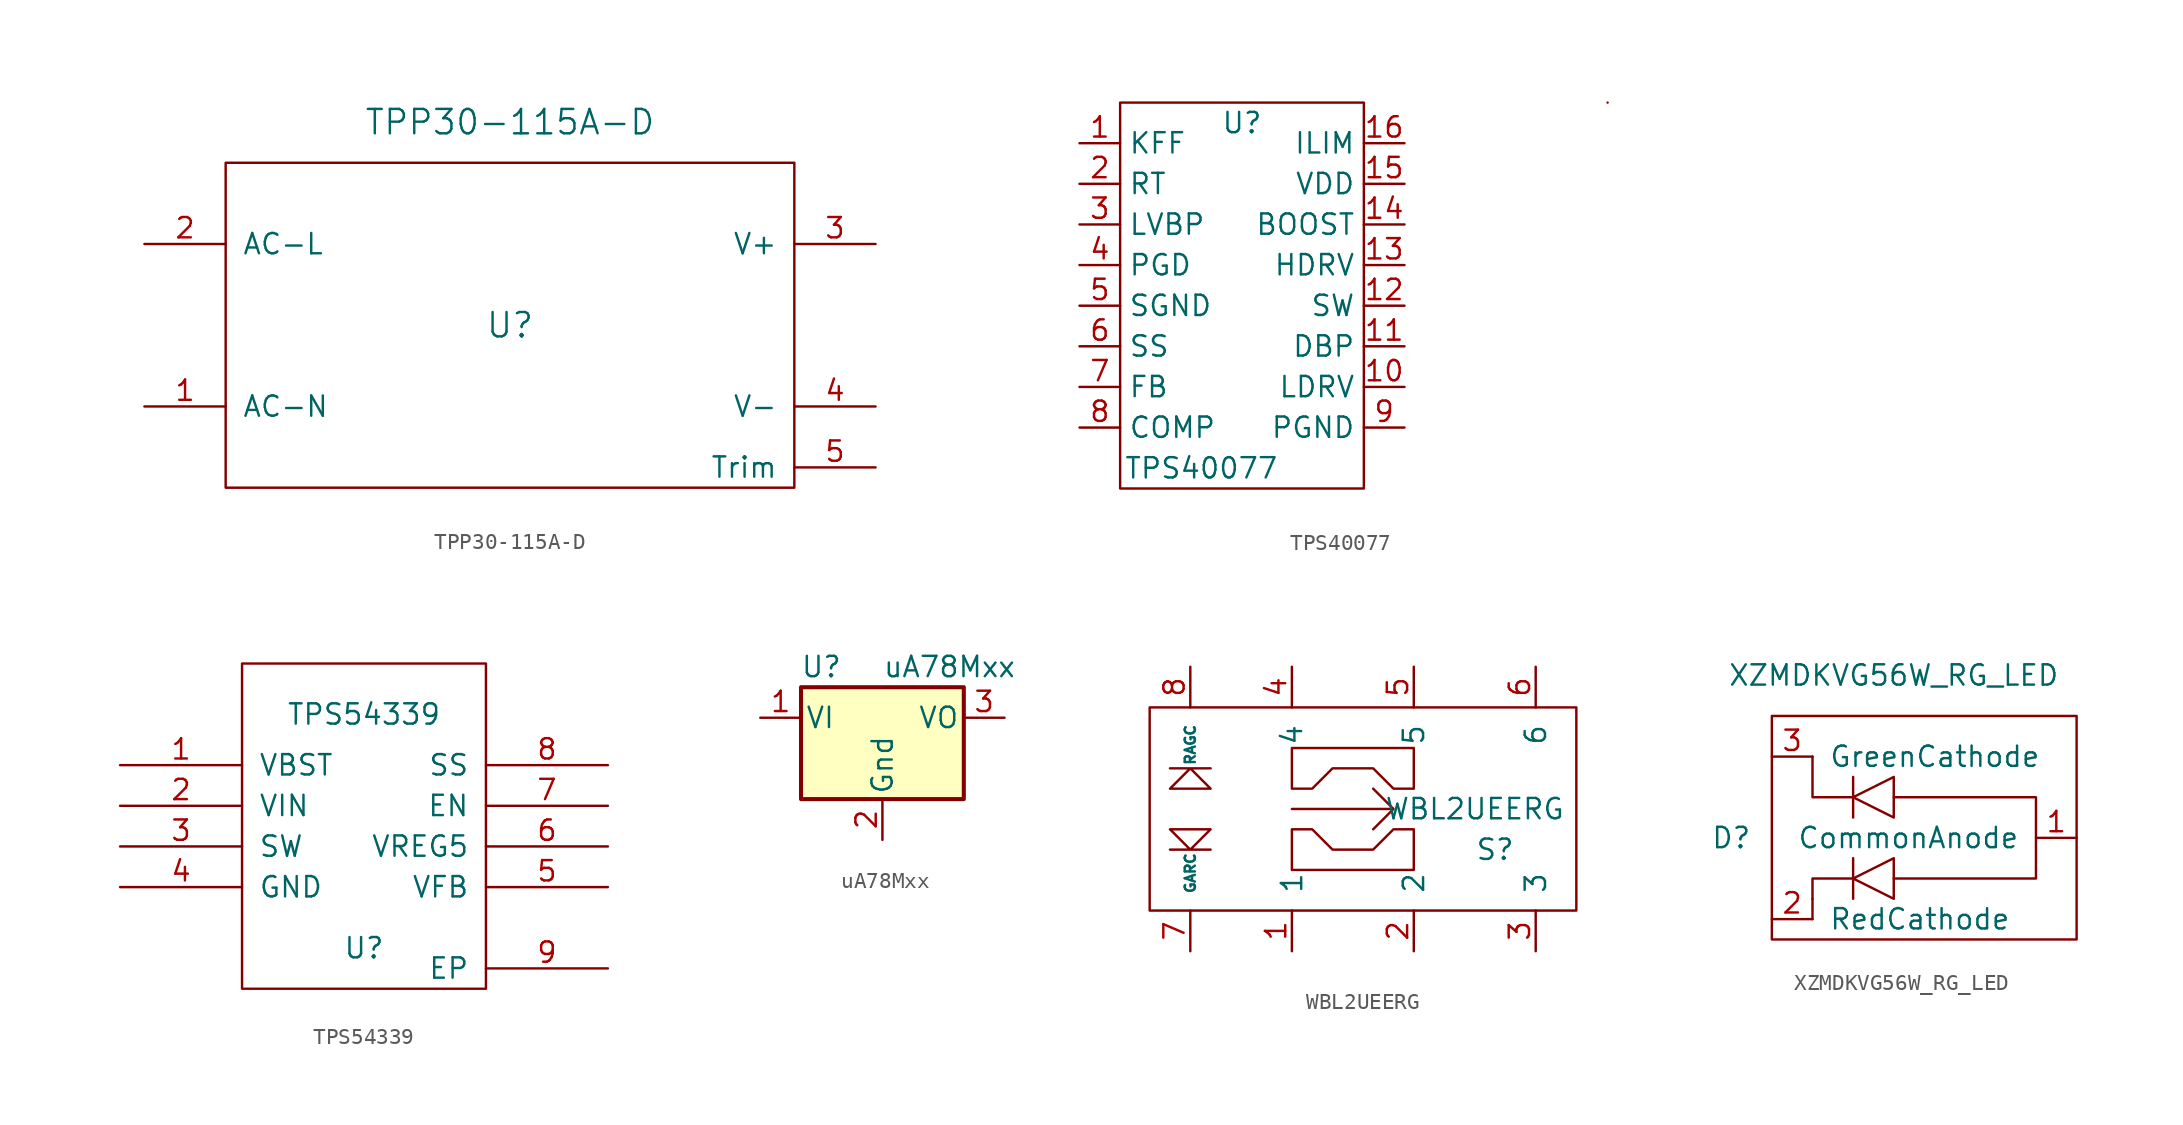
<source format=kicad_sym>
(kicad_symbol_lib
  (version 20211014)
  (generator kicad_symbol_editor)
  (symbol "TPP30-115A-D"
    (pin_names
      (offset 1.016))
    (property "Reference" "U"
      (at 0 0 0)
      (effects (font (size 1.524 1.524))))
    (property "Value" "TPP30-115A-D"
      (at 0 12.7 0)
      (effects (font (size 1.524 1.524))))
    (symbol "TPP30-115A-D_1_1"
      (rectangle (start 17.78 10.16) (end -17.78 -10.16) (stroke (width 0) (type default) (color 0 0 0 0)) (fill (type none)))
      (pin power_in line (at -22.86 -5.08 0) (length 5.08) (name "AC-N" (effects (font (size 1.27 1.27)))) (number "1" (effects (font (size 1.27 1.27)))))
      (pin power_in line (at -22.86 5.08 0) (length 5.08) (name "AC-L" (effects (font (size 1.27 1.27)))) (number "2" (effects (font (size 1.27 1.27)))))
      (pin power_out line (at 22.86 5.08 180) (length 5.08) (name "V+" (effects (font (size 1.27 1.27)))) (number "3" (effects (font (size 1.27 1.27)))))
      (pin power_out line (at 22.86 -5.08 180) (length 5.08) (name "V-" (effects (font (size 1.27 1.27)))) (number "4" (effects (font (size 1.27 1.27)))))
      (pin bidirectional line (at 22.86 -8.89 180) (length 5.08) (name "Trim" (effects (font (size 1.27 1.27)))) (number "5" (effects (font (size 1.27 1.27)))))))
  (symbol "TPS40077"
    (property "Reference" "U"
      (at 0 10.16 0)
      (effects (font (size 1.27 1.27))))
    (property "Value" "TPS40077"
      (at -2.54 -11.43 0)
      (effects (font (size 1.27 1.27))))
    (symbol "TPS40077_0_1"
      (rectangle (start -7.62 11.43) (end 7.62 -12.7) (stroke (width 0) (type default) (color 0 0 0 0)) (fill (type none)))
      (rectangle (start 22.86 11.43) (end 22.86 11.43) (stroke (width 0) (type default) (color 0 0 0 0)) (fill (type none))))
    (symbol "TPS40077_1_1"
      (pin input line (at -10.16 8.89 0) (length 2.54) (name "KFF" (effects (font (size 1.27 1.27)))) (number "1" (effects (font (size 1.27 1.27)))))
      (pin output line (at 10.16 -6.35 180) (length 2.54) (name "LDRV" (effects (font (size 1.27 1.27)))) (number "10" (effects (font (size 1.27 1.27)))))
      (pin output line (at 10.16 -3.81 180) (length 2.54) (name "DBP" (effects (font (size 1.27 1.27)))) (number "11" (effects (font (size 1.27 1.27)))))
      (pin input line (at 10.16 -1.27 180) (length 2.54) (name "SW" (effects (font (size 1.27 1.27)))) (number "12" (effects (font (size 1.27 1.27)))))
      (pin output line (at 10.16 1.27 180) (length 2.54) (name "HDRV" (effects (font (size 1.27 1.27)))) (number "13" (effects (font (size 1.27 1.27)))))
      (pin input line (at 10.16 3.81 180) (length 2.54) (name "BOOST" (effects (font (size 1.27 1.27)))) (number "14" (effects (font (size 1.27 1.27)))))
      (pin input line (at 10.16 6.35 180) (length 2.54) (name "VDD" (effects (font (size 1.27 1.27)))) (number "15" (effects (font (size 1.27 1.27)))))
      (pin input line (at 10.16 8.89 180) (length 2.54) (name "ILIM" (effects (font (size 1.27 1.27)))) (number "16" (effects (font (size 1.27 1.27)))))
      (pin passive line (at 10.16 -8.89 180) (length 2.54) hide (name "EP" (effects (font (size 1.27 1.27)))) (number "17" (effects (font (size 1.27 1.27)))))
      (pin input line (at -10.16 6.35 0) (length 2.54) (name "RT" (effects (font (size 1.27 1.27)))) (number "2" (effects (font (size 1.27 1.27)))))
      (pin output line (at -10.16 3.81 0) (length 2.54) (name "LVBP" (effects (font (size 1.27 1.27)))) (number "3" (effects (font (size 1.27 1.27)))))
      (pin output line (at -10.16 1.27 0) (length 2.54) (name "PGD" (effects (font (size 1.27 1.27)))) (number "4" (effects (font (size 1.27 1.27)))))
      (pin input line (at -10.16 -1.27 0) (length 2.54) (name "SGND" (effects (font (size 1.27 1.27)))) (number "5" (effects (font (size 1.27 1.27)))))
      (pin input line (at -10.16 -3.81 0) (length 2.54) (name "SS" (effects (font (size 1.27 1.27)))) (number "6" (effects (font (size 1.27 1.27)))))
      (pin input line (at -10.16 -6.35 0) (length 2.54) (name "FB" (effects (font (size 1.27 1.27)))) (number "7" (effects (font (size 1.27 1.27)))))
      (pin output line (at -10.16 -8.89 0) (length 2.54) (name "COMP" (effects (font (size 1.27 1.27)))) (number "8" (effects (font (size 1.27 1.27)))))
      (pin power_in line (at 10.16 -8.89 180) (length 2.54) (name "PGND" (effects (font (size 1.27 1.27)))) (number "9" (effects (font (size 1.27 1.27)))))))
  (symbol "TPS54339"
    (pin_names
      (offset 1.016))
    (property "Reference" "U"
      (at 0 -7.62 0)
      (effects (font (size 1.27 1.27))))
    (property "Value" "TPS54339"
      (at 0 6.985 0)
      (effects (font (size 1.27 1.27))))
    (symbol "TPS54339_1_0"
      (rectangle (start -7.62 -10.16) (end 7.62 10.16) (stroke (width 0) (type default) (color 0 0 0 0)) (fill (type none))))
    (symbol "TPS54339_1_1"
      (pin bidirectional line (at -15.24 3.81 0) (length 7.62) (name "VBST" (effects (font (size 1.27 1.27)))) (number "1" (effects (font (size 1.27 1.27)))))
      (pin power_in line (at -15.24 1.27 0) (length 7.62) (name "VIN" (effects (font (size 1.27 1.27)))) (number "2" (effects (font (size 1.27 1.27)))))
      (pin power_out line (at -15.24 -1.27 0) (length 7.62) (name "SW" (effects (font (size 1.27 1.27)))) (number "3" (effects (font (size 1.27 1.27)))))
      (pin power_in line (at -15.24 -3.81 0) (length 7.62) (name "GND" (effects (font (size 1.27 1.27)))) (number "4" (effects (font (size 1.27 1.27)))))
      (pin input line (at 15.24 -3.81 180) (length 7.62) (name "VFB" (effects (font (size 1.27 1.27)))) (number "5" (effects (font (size 1.27 1.27)))))
      (pin unspecified line (at 15.24 -1.27 180) (length 7.62) (name "VREG5" (effects (font (size 1.27 1.27)))) (number "6" (effects (font (size 1.27 1.27)))))
      (pin input line (at 15.24 1.27 180) (length 7.62) (name "EN" (effects (font (size 1.27 1.27)))) (number "7" (effects (font (size 1.27 1.27)))))
      (pin bidirectional line (at 15.24 3.81 180) (length 7.62) (name "SS" (effects (font (size 1.27 1.27)))) (number "8" (effects (font (size 1.27 1.27)))))
      (pin input line (at 15.24 -8.89 180) (length 7.62) (name "EP" (effects (font (size 1.27 1.27)))) (number "9" (effects (font (size 1.27 1.27)))))))
  (symbol "uA78Mxx"
    (pin_names
      (offset 0.254))
    (property "Reference" "U"
      (at -3.81 3.175 0)
      (effects (font (size 1.27 1.27))))
    (property "Value" "uA78Mxx"
      (at 0 3.175 0)
      (effects (font (size 1.27 1.27)) (justify left)))
    (symbol "uA78Mxx_0_1"
      (rectangle (start -5.08 1.905) (end 5.08 -5.08) (stroke (width 0.254) (type default) (color 0 0 0 0)) (fill (type background))))
    (symbol "uA78Mxx_1_1"
      (pin power_in line (at -7.62 0 0) (length 2.54) (name "VI" (effects (font (size 1.27 1.27)))) (number "1" (effects (font (size 1.27 1.27)))))
      (pin input line (at 0 -7.62 90) (length 2.54) (name "Gnd" (effects (font (size 1.27 1.27)))) (number "2" (effects (font (size 1.27 1.27)))))
      (pin power_out line (at 7.62 0 180) (length 2.54) (name "VO" (effects (font (size 1.27 1.27)))) (number "3" (effects (font (size 1.27 1.27)))))))
  (symbol "WBL2UEERG"
    (pin_names
      (offset 1.016))
    (property "Reference" "S"
      (at 5.08 -2.54 0)
      (effects (font (size 1.27 1.27))))
    (property "Value" "WBL2UEERG"
      (at 3.81 0 0)
      (effects (font (size 1.27 1.27))))
    (symbol "WBL2UEERG_0_1"
      (rectangle (start -16.51 6.35) (end 10.16 -6.35) (stroke (width 0) (type default) (color 0 0 0 0)) (fill (type none)))
      (polyline (pts (xy -7.62 0) (xy -1.27 0) (xy -2.54 1.27) (xy -1.27 0) (xy -2.54 -1.27)) (stroke (width 0) (type default) (color 0 0 0 0)) (fill (type none)))
      (polyline (pts (xy -13.97 2.54) (xy -12.7 1.27) (xy -15.24 1.27) (xy -13.97 2.54) (xy -12.7 2.54) (xy -15.24 2.54)) (stroke (width 0) (type default) (color 0 0 0 0)) (fill (type none)))
      (polyline (pts (xy -15.24 -1.27) (xy -12.7 -1.27) (xy -13.97 -2.54) (xy -15.24 -1.27) (xy -13.97 -2.54) (xy -15.24 -2.54) (xy -12.7 -2.54)) (stroke (width 0) (type default) (color 0 0 0 0)) (fill (type none)))
      (polyline (pts (xy -7.62 -1.27) (xy -6.35 -1.27) (xy -5.08 -2.54) (xy -2.54 -2.54) (xy -1.27 -1.27) (xy 0 -1.27) (xy 0 -3.81) (xy -7.62 -3.81) (xy -7.62 -1.27)) (stroke (width 0) (type default) (color 0 0 0 0)) (fill (type none)))
      (polyline (pts (xy -7.62 3.81) (xy 0 3.81) (xy 0 1.27) (xy -1.27 1.27) (xy -2.54 2.54) (xy -5.08 2.54) (xy -6.35 1.27) (xy -7.62 1.27) (xy -7.62 3.81)) (stroke (width 0) (type default) (color 0 0 0 0)) (fill (type none))))
    (symbol "WBL2UEERG_1_1"
      (pin input line (at -7.62 -8.89 90) (length 2.54) (name "1" (effects (font (size 1.27 1.27)))) (number "1" (effects (font (size 1.27 1.27)))))
      (pin input line (at 0 -8.89 90) (length 2.54) (name "2" (effects (font (size 1.27 1.27)))) (number "2" (effects (font (size 1.27 1.27)))))
      (pin input line (at 7.62 -8.89 90) (length 2.54) (name "3" (effects (font (size 1.27 1.27)))) (number "3" (effects (font (size 1.27 1.27)))))
      (pin input line (at -7.62 8.89 270) (length 2.54) (name "4" (effects (font (size 1.27 1.27)))) (number "4" (effects (font (size 1.27 1.27)))))
      (pin input line (at 0 8.89 270) (length 2.54) (name "5" (effects (font (size 1.27 1.27)))) (number "5" (effects (font (size 1.27 1.27)))))
      (pin input line (at 7.62 8.89 270) (length 2.54) (name "6" (effects (font (size 1.27 1.27)))) (number "6" (effects (font (size 1.27 1.27)))))
      (pin input line (at -13.97 -8.89 90) (length 2.54) (name "GARC" (effects (font (size 0.635 0.635)))) (number "7" (effects (font (size 1.27 1.27)))))
      (pin input line (at -13.97 8.89 270) (length 2.54) (name "RAGC" (effects (font (size 0.635 0.635)))) (number "8" (effects (font (size 1.27 1.27)))))))
  (symbol "XZMDKVG56W_RG_LED"
    (pin_names
      (offset 1.016))
    (property "Reference" "D"
      (at -10.16 0 0)
      (effects (font (size 1.27 1.27))))
    (property "Value" "XZMDKVG56W_RG_LED"
      (at 0 10.16 0)
      (effects (font (size 1.27 1.27))))
    (symbol "XZMDKVG56W_RG_LED_0_1"
      (rectangle (start -7.62 -6.35) (end 11.43 7.62) (stroke (width 0) (type default) (color 0 0 0 0)) (fill (type none)))
      (polyline (pts (xy -5.08 -3.81) (xy -5.08 -5.08)) (stroke (width 0) (type default) (color 0 0 0 0)) (fill (type none)))
      (polyline (pts (xy -2.54 -1.27) (xy -2.54 -3.81)) (stroke (width 0) (type default) (color 0 0 0 0)) (fill (type none)))
      (polyline (pts (xy -2.54 2.54) (xy -2.54 2.54)) (stroke (width 0) (type default) (color 0 0 0 0)) (fill (type none)))
      (polyline (pts (xy -2.54 3.81) (xy -2.54 1.27)) (stroke (width 0) (type default) (color 0 0 0 0)) (fill (type none)))
      (polyline (pts (xy -2.54 -2.54) (xy -5.08 -2.54) (xy -5.08 -3.81)) (stroke (width 0) (type default) (color 0 0 0 0)) (fill (type none)))
      (polyline (pts (xy -2.54 2.54) (xy -5.08 2.54) (xy -5.08 5.08)) (stroke (width 0) (type default) (color 0 0 0 0)) (fill (type none)))
      (polyline (pts (xy -2.54 -2.54) (xy 0 -1.27) (xy 0 -3.81) (xy -2.54 -2.54)) (stroke (width 0) (type default) (color 0 0 0 0)) (fill (type none)))
      (polyline (pts (xy -2.54 2.54) (xy 0 3.81) (xy 0 1.27) (xy -2.54 2.54)) (stroke (width 0) (type default) (color 0 0 0 0)) (fill (type none)))
      (polyline (pts (xy 0 -2.54) (xy 8.89 -2.54) (xy 8.89 0) (xy 8.89 2.54) (xy 0 2.54)) (stroke (width 0) (type default) (color 0 0 0 0)) (fill (type none))))
    (symbol "XZMDKVG56W_RG_LED_1_1"
      (pin input line (at 11.43 0 180) (length 2.54) (name "CommonAnode" (effects (font (size 1.27 1.27)))) (number "1" (effects (font (size 1.27 1.27)))))
      (pin input line (at -7.62 -5.08 0) (length 2.54) (name "RedCathode" (effects (font (size 1.27 1.27)))) (number "2" (effects (font (size 1.27 1.27)))))
      (pin input line (at -7.62 5.08 0) (length 2.54) (name "GreenCathode" (effects (font (size 1.27 1.27)))) (number "3" (effects (font (size 1.27 1.27))))))))
</source>
